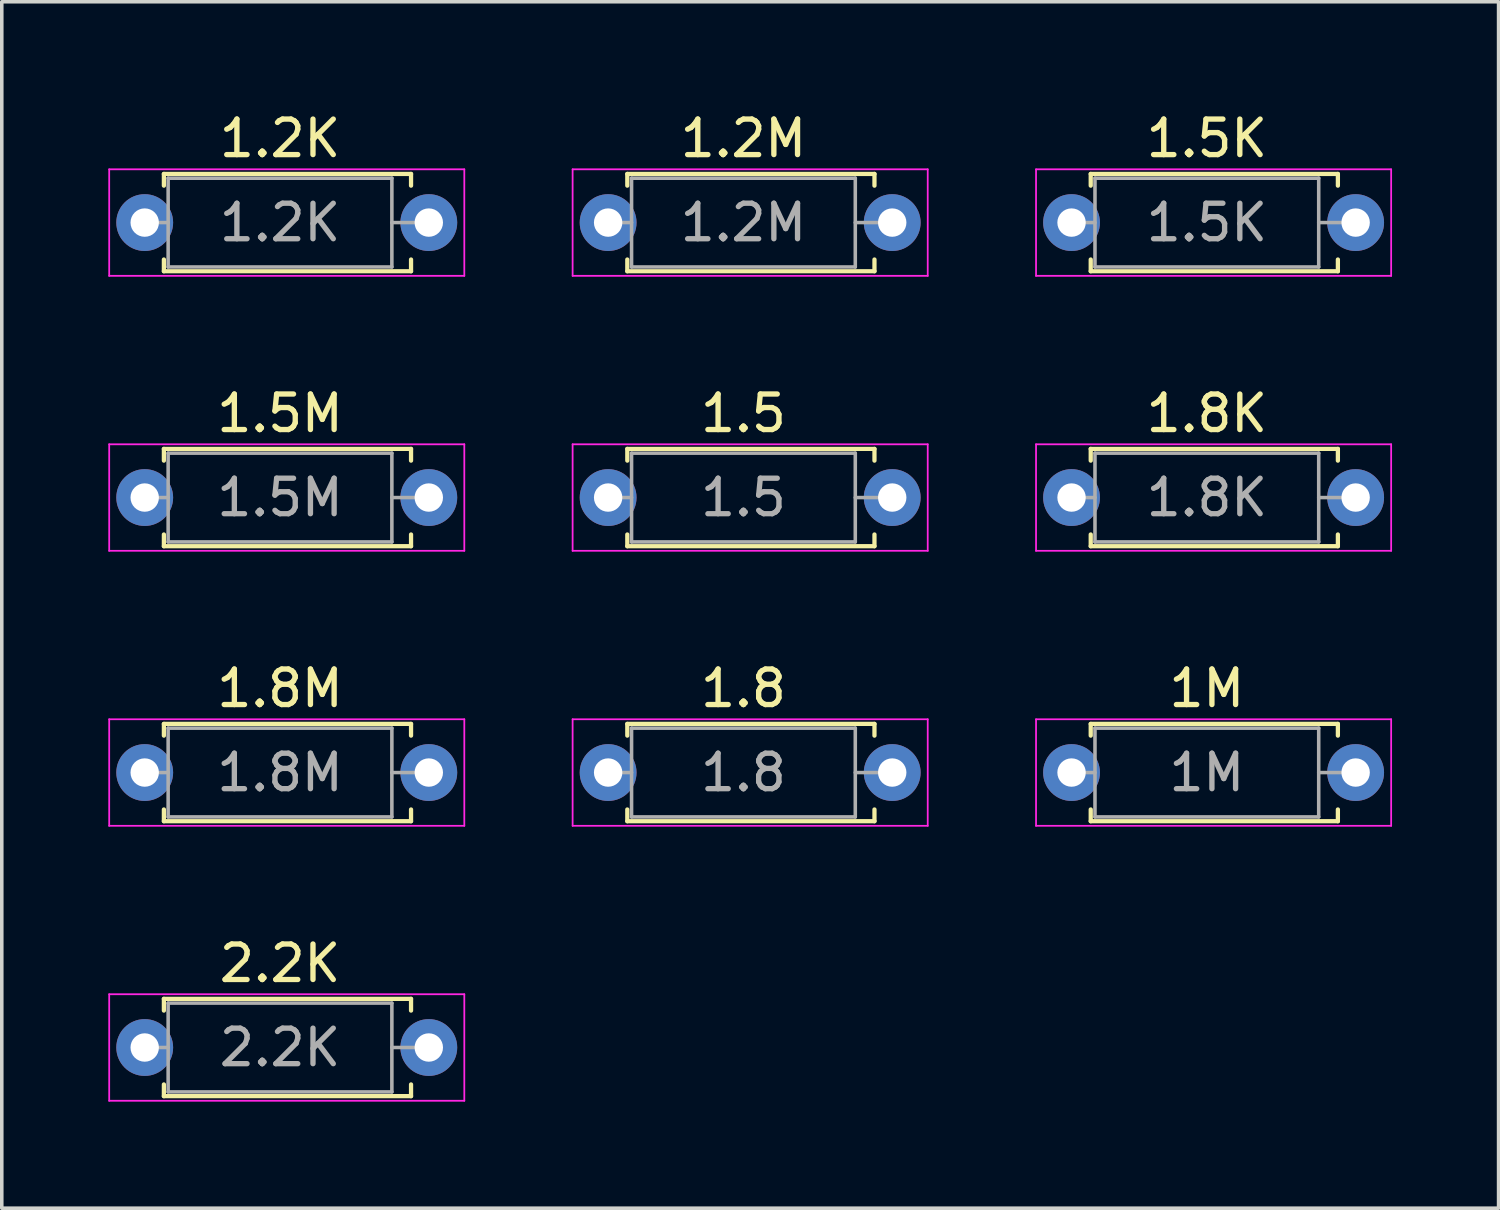
<source format=kicad_pcb>
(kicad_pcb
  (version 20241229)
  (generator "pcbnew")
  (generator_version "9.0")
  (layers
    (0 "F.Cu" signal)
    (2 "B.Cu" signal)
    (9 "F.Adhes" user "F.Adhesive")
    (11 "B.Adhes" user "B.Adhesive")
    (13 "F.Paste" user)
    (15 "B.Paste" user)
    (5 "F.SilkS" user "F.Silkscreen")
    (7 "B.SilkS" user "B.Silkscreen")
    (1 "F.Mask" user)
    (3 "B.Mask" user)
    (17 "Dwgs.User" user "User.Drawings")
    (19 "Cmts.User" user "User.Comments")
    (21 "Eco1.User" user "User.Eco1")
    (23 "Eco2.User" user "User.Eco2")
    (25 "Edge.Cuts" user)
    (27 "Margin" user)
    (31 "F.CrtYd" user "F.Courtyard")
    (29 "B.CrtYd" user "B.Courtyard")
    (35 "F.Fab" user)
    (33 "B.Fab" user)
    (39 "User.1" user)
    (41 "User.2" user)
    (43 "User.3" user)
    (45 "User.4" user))
  (footprint "1.8K"
    (layer "F.Cu")
    (at 27.125 10.961)
    (property "Reference" "1.8K" (at 3.81 -2.37 0) (layer "F.SilkS") (effects (font (size 1 1) (thickness 0.15))))
    (attr through_hole)
    (fp_line (start 0.54 -1.37) (end 7.5 -1.37) (stroke (width 0.12) (type solid)) (layer "F.SilkS"))
    (fp_line (start 0.54 -1.04) (end 0.54 -1.37) (stroke (width 0.12) (type solid)) (layer "F.SilkS"))
    (fp_line (start 0.54 1.04) (end 0.54 1.37) (stroke (width 0.12) (type solid)) (layer "F.SilkS"))
    (fp_line (start 0.54 1.37) (end 7.5 1.37) (stroke (width 0.12) (type solid)) (layer "F.SilkS"))
    (fp_line (start 7.5 -1.37) (end 7.5 -1.04) (stroke (width 0.12) (type solid)) (layer "F.SilkS"))
    (fp_line (start 7.5 1.37) (end 7.5 1.04) (stroke (width 0.12) (type solid)) (layer "F.SilkS"))
    (fp_line (start -1 -1.5) (end -1 1.5) (stroke (width 0.05) (type solid)) (layer "F.CrtYd"))
    (fp_line (start -1 1.5) (end 9 1.5) (stroke (width 0.05) (type solid)) (layer "F.CrtYd"))
    (fp_line (start 9 -1.5) (end -1 -1.5) (stroke (width 0.05) (type solid)) (layer "F.CrtYd"))
    (fp_line (start 9 1.5) (end 9 -1.5) (stroke (width 0.05) (type solid)) (layer "F.CrtYd"))
    (fp_line (start 0 0) (end 0.66 0) (stroke (width 0.1) (type solid)) (layer "F.Fab"))
    (fp_line (start 0.66 -1.25) (end 0.66 1.25) (stroke (width 0.1) (type solid)) (layer "F.Fab"))
    (fp_line (start 0.66 1.25) (end 6.96 1.25) (stroke (width 0.1) (type solid)) (layer "F.Fab"))
    (fp_line (start 6.96 -1.25) (end 0.66 -1.25) (stroke (width 0.1) (type solid)) (layer "F.Fab"))
    (fp_line (start 6.96 1.25) (end 6.96 -1.25) (stroke (width 0.1) (type solid)) (layer "F.Fab"))
    (fp_line (start 7.62 0) (end 6.96 0) (stroke (width 0.1) (type solid)) (layer "F.Fab"))
    (fp_text user "${REFERENCE}" (at 3.81 0 0) (layer "F.Fab") (effects (font (size 1 1) (thickness 0.15))))
    (pad "1" thru_hole circle (at 0 0) (size 1.6 1.6) (drill 0.8) (layers "*.Cu" "*.Mask"))
    (pad "2" thru_hole oval (at 8 0) (size 1.6 1.6) (drill 0.8) (layers "*.Cu" "*.Mask")))
  (footprint "2.2K"
    (layer "F.Cu")
    (at 1.025 26.448)
    (property "Reference" "2.2K" (at 3.81 -2.37 0) (layer "F.SilkS") (effects (font (size 1 1) (thickness 0.15))))
    (attr through_hole)
    (fp_line (start 0.54 -1.37) (end 7.5 -1.37) (stroke (width 0.12) (type solid)) (layer "F.SilkS"))
    (fp_line (start 0.54 -1.04) (end 0.54 -1.37) (stroke (width 0.12) (type solid)) (layer "F.SilkS"))
    (fp_line (start 0.54 1.04) (end 0.54 1.37) (stroke (width 0.12) (type solid)) (layer "F.SilkS"))
    (fp_line (start 0.54 1.37) (end 7.5 1.37) (stroke (width 0.12) (type solid)) (layer "F.SilkS"))
    (fp_line (start 7.5 -1.37) (end 7.5 -1.04) (stroke (width 0.12) (type solid)) (layer "F.SilkS"))
    (fp_line (start 7.5 1.37) (end 7.5 1.04) (stroke (width 0.12) (type solid)) (layer "F.SilkS"))
    (fp_line (start -1 -1.5) (end -1 1.5) (stroke (width 0.05) (type solid)) (layer "F.CrtYd"))
    (fp_line (start -1 1.5) (end 9 1.5) (stroke (width 0.05) (type solid)) (layer "F.CrtYd"))
    (fp_line (start 9 -1.5) (end -1 -1.5) (stroke (width 0.05) (type solid)) (layer "F.CrtYd"))
    (fp_line (start 9 1.5) (end 9 -1.5) (stroke (width 0.05) (type solid)) (layer "F.CrtYd"))
    (fp_line (start 0 0) (end 0.66 0) (stroke (width 0.1) (type solid)) (layer "F.Fab"))
    (fp_line (start 0.66 -1.25) (end 0.66 1.25) (stroke (width 0.1) (type solid)) (layer "F.Fab"))
    (fp_line (start 0.66 1.25) (end 6.96 1.25) (stroke (width 0.1) (type solid)) (layer "F.Fab"))
    (fp_line (start 6.96 -1.25) (end 0.66 -1.25) (stroke (width 0.1) (type solid)) (layer "F.Fab"))
    (fp_line (start 6.96 1.25) (end 6.96 -1.25) (stroke (width 0.1) (type solid)) (layer "F.Fab"))
    (fp_line (start 7.62 0) (end 6.96 0) (stroke (width 0.1) (type solid)) (layer "F.Fab"))
    (fp_text user "${REFERENCE}" (at 3.81 0 0) (layer "F.Fab") (effects (font (size 1 1) (thickness 0.15))))
    (pad "1" thru_hole circle (at 0 0) (size 1.6 1.6) (drill 0.8) (layers "*.Cu" "*.Mask"))
    (pad "2" thru_hole oval (at 8 0) (size 1.6 1.6) (drill 0.8) (layers "*.Cu" "*.Mask")))
  (footprint "1.8M"
    (layer "F.Cu")
    (at 1.025 18.705)
    (property "Reference" "1.8M" (at 3.81 -2.37 0) (layer "F.SilkS") (effects (font (size 1 1) (thickness 0.15))))
    (attr through_hole)
    (fp_line (start 0.54 -1.37) (end 7.5 -1.37) (stroke (width 0.12) (type solid)) (layer "F.SilkS"))
    (fp_line (start 0.54 -1.04) (end 0.54 -1.37) (stroke (width 0.12) (type solid)) (layer "F.SilkS"))
    (fp_line (start 0.54 1.04) (end 0.54 1.37) (stroke (width 0.12) (type solid)) (layer "F.SilkS"))
    (fp_line (start 0.54 1.37) (end 7.5 1.37) (stroke (width 0.12) (type solid)) (layer "F.SilkS"))
    (fp_line (start 7.5 -1.37) (end 7.5 -1.04) (stroke (width 0.12) (type solid)) (layer "F.SilkS"))
    (fp_line (start 7.5 1.37) (end 7.5 1.04) (stroke (width 0.12) (type solid)) (layer "F.SilkS"))
    (fp_line (start -1 -1.5) (end -1 1.5) (stroke (width 0.05) (type solid)) (layer "F.CrtYd"))
    (fp_line (start -1 1.5) (end 9 1.5) (stroke (width 0.05) (type solid)) (layer "F.CrtYd"))
    (fp_line (start 9 -1.5) (end -1 -1.5) (stroke (width 0.05) (type solid)) (layer "F.CrtYd"))
    (fp_line (start 9 1.5) (end 9 -1.5) (stroke (width 0.05) (type solid)) (layer "F.CrtYd"))
    (fp_line (start 0 0) (end 0.66 0) (stroke (width 0.1) (type solid)) (layer "F.Fab"))
    (fp_line (start 0.66 -1.25) (end 0.66 1.25) (stroke (width 0.1) (type solid)) (layer "F.Fab"))
    (fp_line (start 0.66 1.25) (end 6.96 1.25) (stroke (width 0.1) (type solid)) (layer "F.Fab"))
    (fp_line (start 6.96 -1.25) (end 0.66 -1.25) (stroke (width 0.1) (type solid)) (layer "F.Fab"))
    (fp_line (start 6.96 1.25) (end 6.96 -1.25) (stroke (width 0.1) (type solid)) (layer "F.Fab"))
    (fp_line (start 7.62 0) (end 6.96 0) (stroke (width 0.1) (type solid)) (layer "F.Fab"))
    (fp_text user "${REFERENCE}" (at 3.81 0 0) (layer "F.Fab") (effects (font (size 1 1) (thickness 0.15))))
    (pad "1" thru_hole circle (at 0 0) (size 1.6 1.6) (drill 0.8) (layers "*.Cu" "*.Mask"))
    (pad "2" thru_hole oval (at 8 0) (size 1.6 1.6) (drill 0.8) (layers "*.Cu" "*.Mask")))
  (footprint "1.2M"
    (layer "F.Cu")
    (at 14.075 3.218)
    (property "Reference" "1.2M" (at 3.81 -2.37 0) (layer "F.SilkS") (effects (font (size 1 1) (thickness 0.15))))
    (attr through_hole)
    (fp_line (start 0.54 -1.37) (end 7.5 -1.37) (stroke (width 0.12) (type solid)) (layer "F.SilkS"))
    (fp_line (start 0.54 -1.04) (end 0.54 -1.37) (stroke (width 0.12) (type solid)) (layer "F.SilkS"))
    (fp_line (start 0.54 1.04) (end 0.54 1.37) (stroke (width 0.12) (type solid)) (layer "F.SilkS"))
    (fp_line (start 0.54 1.37) (end 7.5 1.37) (stroke (width 0.12) (type solid)) (layer "F.SilkS"))
    (fp_line (start 7.5 -1.37) (end 7.5 -1.04) (stroke (width 0.12) (type solid)) (layer "F.SilkS"))
    (fp_line (start 7.5 1.37) (end 7.5 1.04) (stroke (width 0.12) (type solid)) (layer "F.SilkS"))
    (fp_line (start -1 -1.5) (end -1 1.5) (stroke (width 0.05) (type solid)) (layer "F.CrtYd"))
    (fp_line (start -1 1.5) (end 9 1.5) (stroke (width 0.05) (type solid)) (layer "F.CrtYd"))
    (fp_line (start 9 -1.5) (end -1 -1.5) (stroke (width 0.05) (type solid)) (layer "F.CrtYd"))
    (fp_line (start 9 1.5) (end 9 -1.5) (stroke (width 0.05) (type solid)) (layer "F.CrtYd"))
    (fp_line (start 0 0) (end 0.66 0) (stroke (width 0.1) (type solid)) (layer "F.Fab"))
    (fp_line (start 0.66 -1.25) (end 0.66 1.25) (stroke (width 0.1) (type solid)) (layer "F.Fab"))
    (fp_line (start 0.66 1.25) (end 6.96 1.25) (stroke (width 0.1) (type solid)) (layer "F.Fab"))
    (fp_line (start 6.96 -1.25) (end 0.66 -1.25) (stroke (width 0.1) (type solid)) (layer "F.Fab"))
    (fp_line (start 6.96 1.25) (end 6.96 -1.25) (stroke (width 0.1) (type solid)) (layer "F.Fab"))
    (fp_line (start 7.62 0) (end 6.96 0) (stroke (width 0.1) (type solid)) (layer "F.Fab"))
    (fp_text user "${REFERENCE}" (at 3.81 0 0) (layer "F.Fab") (effects (font (size 1 1) (thickness 0.15))))
    (pad "1" thru_hole circle (at 0 0) (size 1.6 1.6) (drill 0.8) (layers "*.Cu" "*.Mask"))
    (pad "2" thru_hole oval (at 8 0) (size 1.6 1.6) (drill 0.8) (layers "*.Cu" "*.Mask")))
  (footprint "1.5K"
    (layer "F.Cu")
    (at 27.125 3.218)
    (property "Reference" "1.5K" (at 3.81 -2.37 0) (layer "F.SilkS") (effects (font (size 1 1) (thickness 0.15))))
    (attr through_hole)
    (fp_line (start 0.54 -1.37) (end 7.5 -1.37) (stroke (width 0.12) (type solid)) (layer "F.SilkS"))
    (fp_line (start 0.54 -1.04) (end 0.54 -1.37) (stroke (width 0.12) (type solid)) (layer "F.SilkS"))
    (fp_line (start 0.54 1.04) (end 0.54 1.37) (stroke (width 0.12) (type solid)) (layer "F.SilkS"))
    (fp_line (start 0.54 1.37) (end 7.5 1.37) (stroke (width 0.12) (type solid)) (layer "F.SilkS"))
    (fp_line (start 7.5 -1.37) (end 7.5 -1.04) (stroke (width 0.12) (type solid)) (layer "F.SilkS"))
    (fp_line (start 7.5 1.37) (end 7.5 1.04) (stroke (width 0.12) (type solid)) (layer "F.SilkS"))
    (fp_line (start -1 -1.5) (end -1 1.5) (stroke (width 0.05) (type solid)) (layer "F.CrtYd"))
    (fp_line (start -1 1.5) (end 9 1.5) (stroke (width 0.05) (type solid)) (layer "F.CrtYd"))
    (fp_line (start 9 -1.5) (end -1 -1.5) (stroke (width 0.05) (type solid)) (layer "F.CrtYd"))
    (fp_line (start 9 1.5) (end 9 -1.5) (stroke (width 0.05) (type solid)) (layer "F.CrtYd"))
    (fp_line (start 0 0) (end 0.66 0) (stroke (width 0.1) (type solid)) (layer "F.Fab"))
    (fp_line (start 0.66 -1.25) (end 0.66 1.25) (stroke (width 0.1) (type solid)) (layer "F.Fab"))
    (fp_line (start 0.66 1.25) (end 6.96 1.25) (stroke (width 0.1) (type solid)) (layer "F.Fab"))
    (fp_line (start 6.96 -1.25) (end 0.66 -1.25) (stroke (width 0.1) (type solid)) (layer "F.Fab"))
    (fp_line (start 6.96 1.25) (end 6.96 -1.25) (stroke (width 0.1) (type solid)) (layer "F.Fab"))
    (fp_line (start 7.62 0) (end 6.96 0) (stroke (width 0.1) (type solid)) (layer "F.Fab"))
    (fp_text user "${REFERENCE}" (at 3.81 0 0) (layer "F.Fab") (effects (font (size 1 1) (thickness 0.15))))
    (pad "1" thru_hole circle (at 0 0) (size 1.6 1.6) (drill 0.8) (layers "*.Cu" "*.Mask"))
    (pad "2" thru_hole oval (at 8 0) (size 1.6 1.6) (drill 0.8) (layers "*.Cu" "*.Mask")))
  (footprint "1.5M"
    (layer "F.Cu")
    (at 1.025 10.961)
    (property "Reference" "1.5M" (at 3.81 -2.37 0) (layer "F.SilkS") (effects (font (size 1 1) (thickness 0.15))))
    (attr through_hole)
    (fp_line (start 0.54 -1.37) (end 7.5 -1.37) (stroke (width 0.12) (type solid)) (layer "F.SilkS"))
    (fp_line (start 0.54 -1.04) (end 0.54 -1.37) (stroke (width 0.12) (type solid)) (layer "F.SilkS"))
    (fp_line (start 0.54 1.04) (end 0.54 1.37) (stroke (width 0.12) (type solid)) (layer "F.SilkS"))
    (fp_line (start 0.54 1.37) (end 7.5 1.37) (stroke (width 0.12) (type solid)) (layer "F.SilkS"))
    (fp_line (start 7.5 -1.37) (end 7.5 -1.04) (stroke (width 0.12) (type solid)) (layer "F.SilkS"))
    (fp_line (start 7.5 1.37) (end 7.5 1.04) (stroke (width 0.12) (type solid)) (layer "F.SilkS"))
    (fp_line (start -1 -1.5) (end -1 1.5) (stroke (width 0.05) (type solid)) (layer "F.CrtYd"))
    (fp_line (start -1 1.5) (end 9 1.5) (stroke (width 0.05) (type solid)) (layer "F.CrtYd"))
    (fp_line (start 9 -1.5) (end -1 -1.5) (stroke (width 0.05) (type solid)) (layer "F.CrtYd"))
    (fp_line (start 9 1.5) (end 9 -1.5) (stroke (width 0.05) (type solid)) (layer "F.CrtYd"))
    (fp_line (start 0 0) (end 0.66 0) (stroke (width 0.1) (type solid)) (layer "F.Fab"))
    (fp_line (start 0.66 -1.25) (end 0.66 1.25) (stroke (width 0.1) (type solid)) (layer "F.Fab"))
    (fp_line (start 0.66 1.25) (end 6.96 1.25) (stroke (width 0.1) (type solid)) (layer "F.Fab"))
    (fp_line (start 6.96 -1.25) (end 0.66 -1.25) (stroke (width 0.1) (type solid)) (layer "F.Fab"))
    (fp_line (start 6.96 1.25) (end 6.96 -1.25) (stroke (width 0.1) (type solid)) (layer "F.Fab"))
    (fp_line (start 7.62 0) (end 6.96 0) (stroke (width 0.1) (type solid)) (layer "F.Fab"))
    (fp_text user "${REFERENCE}" (at 3.81 0 0) (layer "F.Fab") (effects (font (size 1 1) (thickness 0.15))))
    (pad "1" thru_hole circle (at 0 0) (size 1.6 1.6) (drill 0.8) (layers "*.Cu" "*.Mask"))
    (pad "2" thru_hole oval (at 8 0) (size 1.6 1.6) (drill 0.8) (layers "*.Cu" "*.Mask")))
  (footprint "1.8"
    (layer "F.Cu")
    (at 14.075 18.705)
    (property "Reference" "1.8" (at 3.81 -2.37 0) (layer "F.SilkS") (effects (font (size 1 1) (thickness 0.15))))
    (attr through_hole)
    (fp_line (start 0.54 -1.37) (end 7.5 -1.37) (stroke (width 0.12) (type solid)) (layer "F.SilkS"))
    (fp_line (start 0.54 -1.04) (end 0.54 -1.37) (stroke (width 0.12) (type solid)) (layer "F.SilkS"))
    (fp_line (start 0.54 1.04) (end 0.54 1.37) (stroke (width 0.12) (type solid)) (layer "F.SilkS"))
    (fp_line (start 0.54 1.37) (end 7.5 1.37) (stroke (width 0.12) (type solid)) (layer "F.SilkS"))
    (fp_line (start 7.5 -1.37) (end 7.5 -1.04) (stroke (width 0.12) (type solid)) (layer "F.SilkS"))
    (fp_line (start 7.5 1.37) (end 7.5 1.04) (stroke (width 0.12) (type solid)) (layer "F.SilkS"))
    (fp_line (start -1 -1.5) (end -1 1.5) (stroke (width 0.05) (type solid)) (layer "F.CrtYd"))
    (fp_line (start -1 1.5) (end 9 1.5) (stroke (width 0.05) (type solid)) (layer "F.CrtYd"))
    (fp_line (start 9 -1.5) (end -1 -1.5) (stroke (width 0.05) (type solid)) (layer "F.CrtYd"))
    (fp_line (start 9 1.5) (end 9 -1.5) (stroke (width 0.05) (type solid)) (layer "F.CrtYd"))
    (fp_line (start 0 0) (end 0.66 0) (stroke (width 0.1) (type solid)) (layer "F.Fab"))
    (fp_line (start 0.66 -1.25) (end 0.66 1.25) (stroke (width 0.1) (type solid)) (layer "F.Fab"))
    (fp_line (start 0.66 1.25) (end 6.96 1.25) (stroke (width 0.1) (type solid)) (layer "F.Fab"))
    (fp_line (start 6.96 -1.25) (end 0.66 -1.25) (stroke (width 0.1) (type solid)) (layer "F.Fab"))
    (fp_line (start 6.96 1.25) (end 6.96 -1.25) (stroke (width 0.1) (type solid)) (layer "F.Fab"))
    (fp_line (start 7.62 0) (end 6.96 0) (stroke (width 0.1) (type solid)) (layer "F.Fab"))
    (fp_text user "${REFERENCE}" (at 3.81 0 0) (layer "F.Fab") (effects (font (size 1 1) (thickness 0.15))))
    (pad "1" thru_hole circle (at 0 0) (size 1.6 1.6) (drill 0.8) (layers "*.Cu" "*.Mask"))
    (pad "2" thru_hole oval (at 8 0) (size 1.6 1.6) (drill 0.8) (layers "*.Cu" "*.Mask")))
  (footprint "1M"
    (layer "F.Cu")
    (at 27.125 18.705)
    (property "Reference" "1M" (at 3.81 -2.37 0) (layer "F.SilkS") (effects (font (size 1 1) (thickness 0.15))))
    (attr through_hole)
    (fp_line (start 0.54 -1.37) (end 7.5 -1.37) (stroke (width 0.12) (type solid)) (layer "F.SilkS"))
    (fp_line (start 0.54 -1.04) (end 0.54 -1.37) (stroke (width 0.12) (type solid)) (layer "F.SilkS"))
    (fp_line (start 0.54 1.04) (end 0.54 1.37) (stroke (width 0.12) (type solid)) (layer "F.SilkS"))
    (fp_line (start 0.54 1.37) (end 7.5 1.37) (stroke (width 0.12) (type solid)) (layer "F.SilkS"))
    (fp_line (start 7.5 -1.37) (end 7.5 -1.04) (stroke (width 0.12) (type solid)) (layer "F.SilkS"))
    (fp_line (start 7.5 1.37) (end 7.5 1.04) (stroke (width 0.12) (type solid)) (layer "F.SilkS"))
    (fp_line (start -1 -1.5) (end -1 1.5) (stroke (width 0.05) (type solid)) (layer "F.CrtYd"))
    (fp_line (start -1 1.5) (end 9 1.5) (stroke (width 0.05) (type solid)) (layer "F.CrtYd"))
    (fp_line (start 9 -1.5) (end -1 -1.5) (stroke (width 0.05) (type solid)) (layer "F.CrtYd"))
    (fp_line (start 9 1.5) (end 9 -1.5) (stroke (width 0.05) (type solid)) (layer "F.CrtYd"))
    (fp_line (start 0 0) (end 0.66 0) (stroke (width 0.1) (type solid)) (layer "F.Fab"))
    (fp_line (start 0.66 -1.25) (end 0.66 1.25) (stroke (width 0.1) (type solid)) (layer "F.Fab"))
    (fp_line (start 0.66 1.25) (end 6.96 1.25) (stroke (width 0.1) (type solid)) (layer "F.Fab"))
    (fp_line (start 6.96 -1.25) (end 0.66 -1.25) (stroke (width 0.1) (type solid)) (layer "F.Fab"))
    (fp_line (start 6.96 1.25) (end 6.96 -1.25) (stroke (width 0.1) (type solid)) (layer "F.Fab"))
    (fp_line (start 7.62 0) (end 6.96 0) (stroke (width 0.1) (type solid)) (layer "F.Fab"))
    (fp_text user "${REFERENCE}" (at 3.81 0 0) (layer "F.Fab") (effects (font (size 1 1) (thickness 0.15))))
    (pad "1" thru_hole circle (at 0 0) (size 1.6 1.6) (drill 0.8) (layers "*.Cu" "*.Mask"))
    (pad "2" thru_hole oval (at 8 0) (size 1.6 1.6) (drill 0.8) (layers "*.Cu" "*.Mask")))
  (footprint "1.5"
    (layer "F.Cu")
    (at 14.075 10.961)
    (property "Reference" "1.5" (at 3.81 -2.37 0) (layer "F.SilkS") (effects (font (size 1 1) (thickness 0.15))))
    (attr through_hole)
    (fp_line (start 0.54 -1.37) (end 7.5 -1.37) (stroke (width 0.12) (type solid)) (layer "F.SilkS"))
    (fp_line (start 0.54 -1.04) (end 0.54 -1.37) (stroke (width 0.12) (type solid)) (layer "F.SilkS"))
    (fp_line (start 0.54 1.04) (end 0.54 1.37) (stroke (width 0.12) (type solid)) (layer "F.SilkS"))
    (fp_line (start 0.54 1.37) (end 7.5 1.37) (stroke (width 0.12) (type solid)) (layer "F.SilkS"))
    (fp_line (start 7.5 -1.37) (end 7.5 -1.04) (stroke (width 0.12) (type solid)) (layer "F.SilkS"))
    (fp_line (start 7.5 1.37) (end 7.5 1.04) (stroke (width 0.12) (type solid)) (layer "F.SilkS"))
    (fp_line (start -1 -1.5) (end -1 1.5) (stroke (width 0.05) (type solid)) (layer "F.CrtYd"))
    (fp_line (start -1 1.5) (end 9 1.5) (stroke (width 0.05) (type solid)) (layer "F.CrtYd"))
    (fp_line (start 9 -1.5) (end -1 -1.5) (stroke (width 0.05) (type solid)) (layer "F.CrtYd"))
    (fp_line (start 9 1.5) (end 9 -1.5) (stroke (width 0.05) (type solid)) (layer "F.CrtYd"))
    (fp_line (start 0 0) (end 0.66 0) (stroke (width 0.1) (type solid)) (layer "F.Fab"))
    (fp_line (start 0.66 -1.25) (end 0.66 1.25) (stroke (width 0.1) (type solid)) (layer "F.Fab"))
    (fp_line (start 0.66 1.25) (end 6.96 1.25) (stroke (width 0.1) (type solid)) (layer "F.Fab"))
    (fp_line (start 6.96 -1.25) (end 0.66 -1.25) (stroke (width 0.1) (type solid)) (layer "F.Fab"))
    (fp_line (start 6.96 1.25) (end 6.96 -1.25) (stroke (width 0.1) (type solid)) (layer "F.Fab"))
    (fp_line (start 7.62 0) (end 6.96 0) (stroke (width 0.1) (type solid)) (layer "F.Fab"))
    (fp_text user "${REFERENCE}" (at 3.81 0 0) (layer "F.Fab") (effects (font (size 1 1) (thickness 0.15))))
    (pad "1" thru_hole circle (at 0 0) (size 1.6 1.6) (drill 0.8) (layers "*.Cu" "*.Mask"))
    (pad "2" thru_hole oval (at 8 0) (size 1.6 1.6) (drill 0.8) (layers "*.Cu" "*.Mask")))
  (footprint "1.2K"
    (layer "F.Cu")
    (at 1.025 3.218)
    (property "Reference" "1.2K" (at 3.81 -2.37 0) (layer "F.SilkS") (effects (font (size 1 1) (thickness 0.15))))
    (attr through_hole)
    (fp_line (start 0.54 -1.37) (end 7.5 -1.37) (stroke (width 0.12) (type solid)) (layer "F.SilkS"))
    (fp_line (start 0.54 -1.04) (end 0.54 -1.37) (stroke (width 0.12) (type solid)) (layer "F.SilkS"))
    (fp_line (start 0.54 1.04) (end 0.54 1.37) (stroke (width 0.12) (type solid)) (layer "F.SilkS"))
    (fp_line (start 0.54 1.37) (end 7.5 1.37) (stroke (width 0.12) (type solid)) (layer "F.SilkS"))
    (fp_line (start 7.5 -1.37) (end 7.5 -1.04) (stroke (width 0.12) (type solid)) (layer "F.SilkS"))
    (fp_line (start 7.5 1.37) (end 7.5 1.04) (stroke (width 0.12) (type solid)) (layer "F.SilkS"))
    (fp_line (start -1 -1.5) (end -1 1.5) (stroke (width 0.05) (type solid)) (layer "F.CrtYd"))
    (fp_line (start -1 1.5) (end 9 1.5) (stroke (width 0.05) (type solid)) (layer "F.CrtYd"))
    (fp_line (start 9 -1.5) (end -1 -1.5) (stroke (width 0.05) (type solid)) (layer "F.CrtYd"))
    (fp_line (start 9 1.5) (end 9 -1.5) (stroke (width 0.05) (type solid)) (layer "F.CrtYd"))
    (fp_line (start 0 0) (end 0.66 0) (stroke (width 0.1) (type solid)) (layer "F.Fab"))
    (fp_line (start 0.66 -1.25) (end 0.66 1.25) (stroke (width 0.1) (type solid)) (layer "F.Fab"))
    (fp_line (start 0.66 1.25) (end 6.96 1.25) (stroke (width 0.1) (type solid)) (layer "F.Fab"))
    (fp_line (start 6.96 -1.25) (end 0.66 -1.25) (stroke (width 0.1) (type solid)) (layer "F.Fab"))
    (fp_line (start 6.96 1.25) (end 6.96 -1.25) (stroke (width 0.1) (type solid)) (layer "F.Fab"))
    (fp_line (start 7.62 0) (end 6.96 0) (stroke (width 0.1) (type solid)) (layer "F.Fab"))
    (fp_text user "${REFERENCE}" (at 3.81 0 0) (layer "F.Fab") (effects (font (size 1 1) (thickness 0.15))))
    (pad "1" thru_hole circle (at 0 0) (size 1.6 1.6) (drill 0.8) (layers "*.Cu" "*.Mask"))
    (pad "2" thru_hole oval (at 8 0) (size 1.6 1.6) (drill 0.8) (layers "*.Cu" "*.Mask")))
  (gr_rect
    (start -3 -3)
    (end 39.15 30.973)
    (stroke (width 0.1) (type default))
    (fill no)
    (layer "Edge.Cuts")))
</source>
